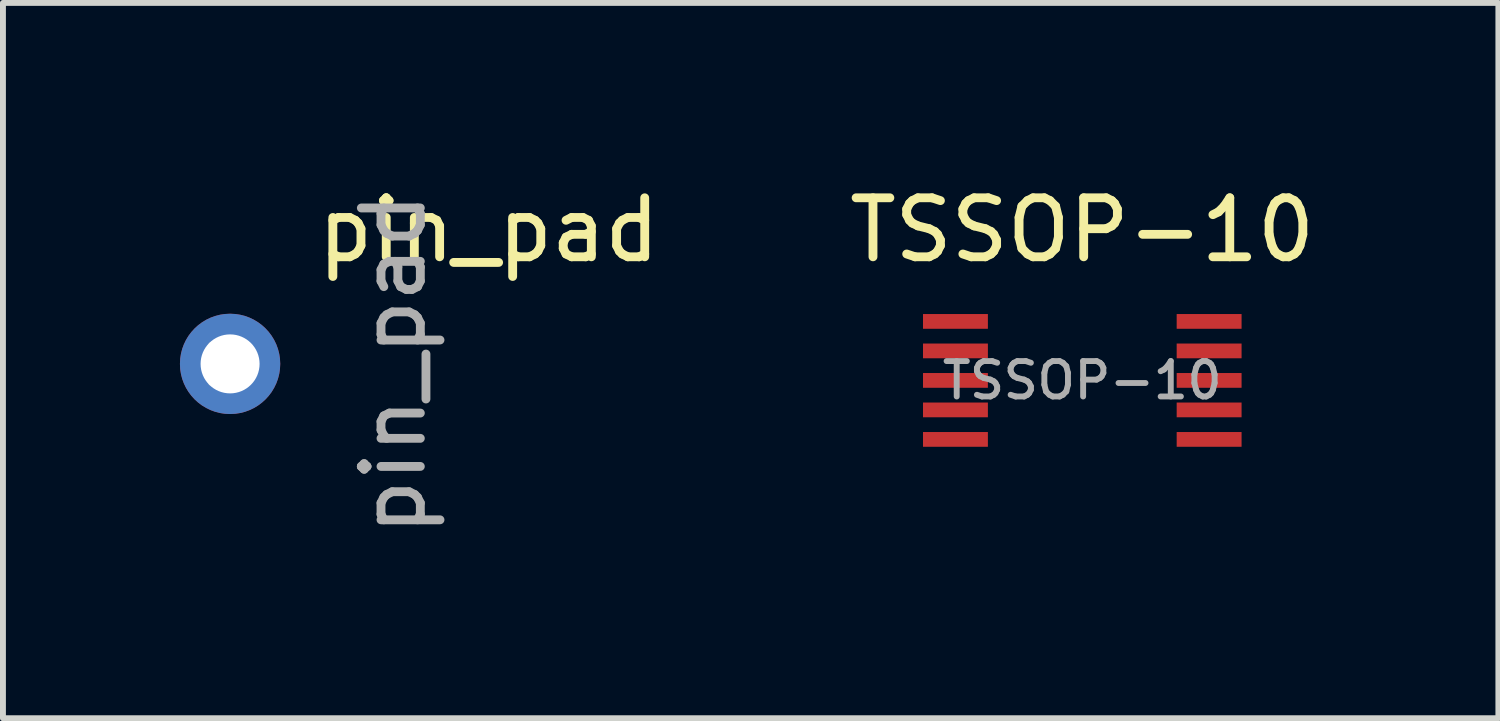
<source format=kicad_pcb>
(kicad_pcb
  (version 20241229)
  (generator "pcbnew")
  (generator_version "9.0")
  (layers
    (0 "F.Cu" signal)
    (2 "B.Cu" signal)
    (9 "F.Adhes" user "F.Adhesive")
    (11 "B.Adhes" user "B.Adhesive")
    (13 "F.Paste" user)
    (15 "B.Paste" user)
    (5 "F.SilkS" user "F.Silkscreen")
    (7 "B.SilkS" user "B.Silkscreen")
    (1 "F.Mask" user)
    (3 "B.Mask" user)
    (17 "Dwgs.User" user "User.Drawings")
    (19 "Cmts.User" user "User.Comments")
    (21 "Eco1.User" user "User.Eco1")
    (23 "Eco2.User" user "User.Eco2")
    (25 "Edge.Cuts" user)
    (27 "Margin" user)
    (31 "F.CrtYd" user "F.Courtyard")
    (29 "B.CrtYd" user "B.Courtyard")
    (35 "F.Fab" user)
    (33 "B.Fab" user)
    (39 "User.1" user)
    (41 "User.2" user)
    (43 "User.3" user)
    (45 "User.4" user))
  (footprint "pin_pad"
    (layer "F.Cu")
    (at 0.85 3.118)
    (property "Reference" "pin_pad" (at 4.385 -2.27 0) (layer "F.SilkS") (effects (font (size 1 1) (thickness 0.15))))
    (attr through_hole)
    (fp_line (start -0.32 -0.32) (end -0.32 0.32) (stroke (width 0.1) (type solid)) (layer "F.Fab"))
    (fp_text user "${REFERENCE}" (at 2.77 0 90) (layer "F.Fab") (effects (font (size 1 1) (thickness 0.15))))
    (pad "1" thru_hole circle (at 0 0) (size 1.7 1.7) (drill 1) (layers "*.Cu" "*.Mask")))
  (footprint "TSSOP-10"
    (layer "F.Cu")
    (at 15.295 3.398)
    (property "Reference" "TSSOP-10" (at 0 -2.55 0) (layer "F.SilkS") (effects (font (size 1 1) (thickness 0.15))))
    (attr smd)
    (fp_text user "${REFERENCE}" (at 0 0 0) (layer "F.Fab") (effects (font (size 0.6 0.6) (thickness 0.1))))
    (pad "1" smd rect (at -2.15 -1) (size 1.1 0.25) (layers "F.Cu" "F.Mask" "F.Paste"))
    (pad "2" smd rect (at -2.15 -0.5) (size 1.1 0.25) (layers "F.Cu" "F.Mask" "F.Paste"))
    (pad "3" smd rect (at -2.15 0) (size 1.1 0.25) (layers "F.Cu" "F.Mask" "F.Paste"))
    (pad "4" smd rect (at -2.15 0.5) (size 1.1 0.25) (layers "F.Cu" "F.Mask" "F.Paste"))
    (pad "5" smd rect (at -2.15 1) (size 1.1 0.25) (layers "F.Cu" "F.Mask" "F.Paste"))
    (pad "6" smd rect (at 2.15 1) (size 1.1 0.25) (layers "F.Cu" "F.Mask" "F.Paste"))
    (pad "7" smd rect (at 2.15 0.5) (size 1.1 0.25) (layers "F.Cu" "F.Mask" "F.Paste"))
    (pad "8" smd rect (at 2.15 0) (size 1.1 0.25) (layers "F.Cu" "F.Mask" "F.Paste"))
    (pad "9" smd rect (at 2.15 -0.5) (size 1.1 0.25) (layers "F.Cu" "F.Mask" "F.Paste"))
    (pad "10" smd rect (at 2.15 -1) (size 1.1 0.25) (layers "F.Cu" "F.Mask" "F.Paste")))
  (gr_rect
    (start -3 -3)
    (end 22.348 9.124)
    (stroke (width 0.1) (type default))
    (fill no)
    (layer "Edge.Cuts")))
</source>
